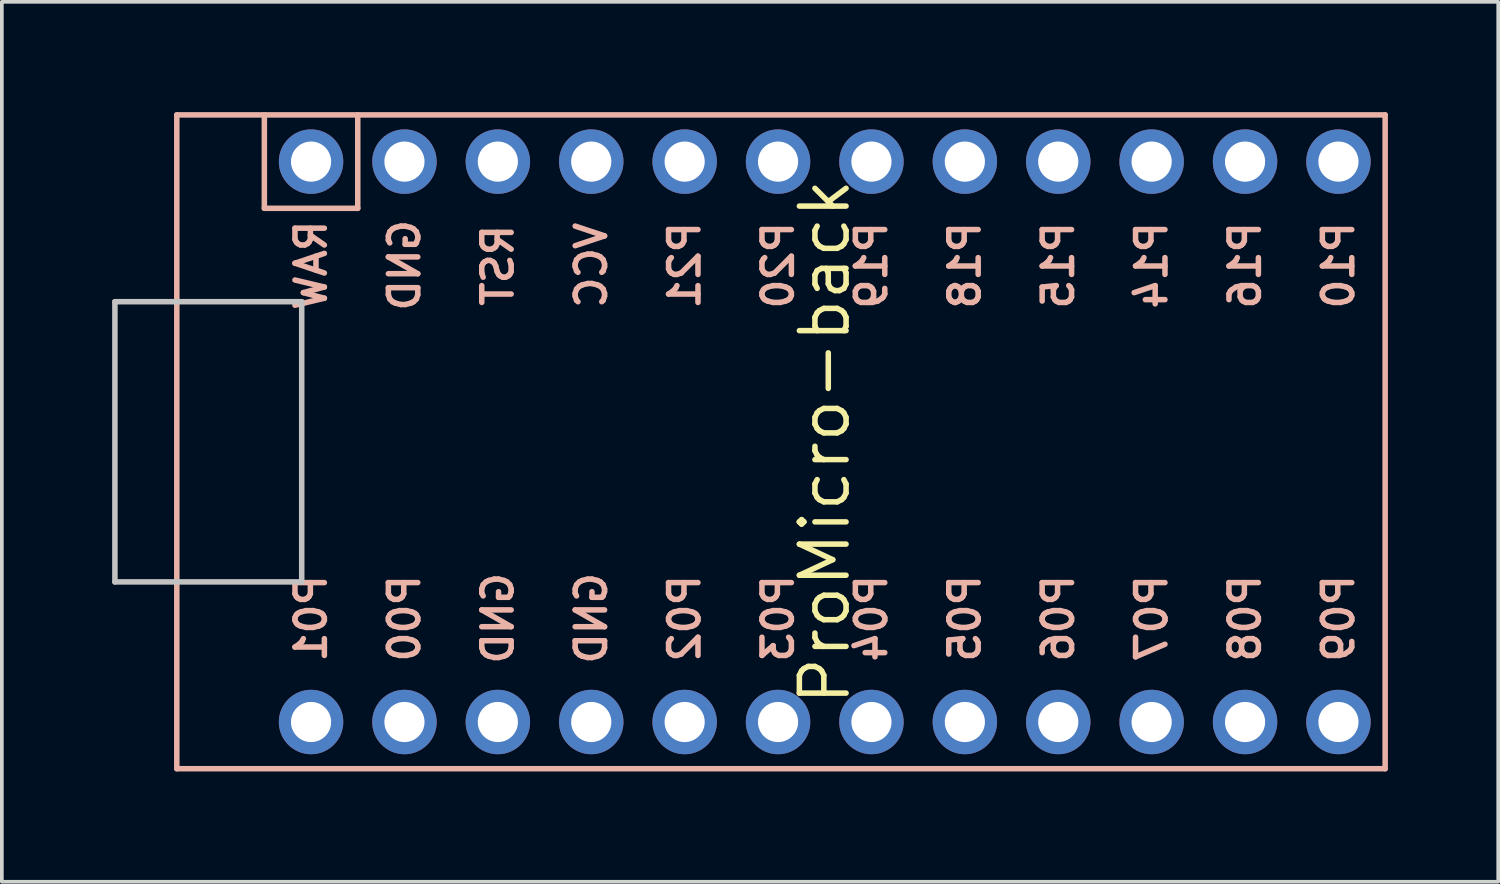
<source format=kicad_pcb>
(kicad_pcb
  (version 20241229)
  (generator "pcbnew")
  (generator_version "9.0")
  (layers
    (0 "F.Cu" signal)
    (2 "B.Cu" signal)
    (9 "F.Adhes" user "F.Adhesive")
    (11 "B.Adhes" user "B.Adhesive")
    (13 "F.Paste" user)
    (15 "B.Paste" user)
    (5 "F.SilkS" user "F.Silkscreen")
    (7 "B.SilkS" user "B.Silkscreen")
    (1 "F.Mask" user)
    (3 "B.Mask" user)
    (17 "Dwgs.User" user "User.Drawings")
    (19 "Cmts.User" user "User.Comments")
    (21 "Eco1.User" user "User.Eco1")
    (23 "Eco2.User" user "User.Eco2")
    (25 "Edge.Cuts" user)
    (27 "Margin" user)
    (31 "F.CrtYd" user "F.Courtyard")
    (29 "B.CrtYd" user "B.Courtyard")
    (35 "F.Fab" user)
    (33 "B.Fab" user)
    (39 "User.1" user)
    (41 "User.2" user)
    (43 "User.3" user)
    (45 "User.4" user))
  (footprint "ProMicro-back"
    (layer "F.Cu")
    (at 19.379 8.965)
    (property "Reference" "ProMicro-back" (at 0 0 90) (layer "F.SilkS") (effects (font (size 1.27 1.27) (thickness 0.15))))
    (attr through_hole)
    (fp_line (start -17.621 -8.89) (end -17.621 8.89) (stroke (width 0.15) (type solid)) (layer "B.SilkS"))
    (fp_line (start -17.621 8.89) (end 15.24 8.89) (stroke (width 0.15) (type solid)) (layer "B.SilkS"))
    (fp_line (start -15.24 -6.35) (end -15.24 -8.89) (stroke (width 0.15) (type solid)) (layer "B.SilkS"))
    (fp_line (start -15.24 -6.35) (end -12.7 -6.35) (stroke (width 0.15) (type solid)) (layer "B.SilkS"))
    (fp_line (start -12.7 -6.35) (end -12.7 -8.89) (stroke (width 0.15) (type solid)) (layer "B.SilkS"))
    (fp_line (start 15.24 -8.89) (end -17.621 -8.89) (stroke (width 0.15) (type solid)) (layer "B.SilkS"))
    (fp_line (start 15.24 8.89) (end 15.24 -8.89) (stroke (width 0.15) (type solid)) (layer "B.SilkS"))
    (fp_line (start -19.304 -3.81) (end -14.224 -3.81) (stroke (width 0.15) (type solid)) (layer "Dwgs.User"))
    (fp_line (start -19.304 3.81) (end -19.304 -3.81) (stroke (width 0.15) (type solid)) (layer "Dwgs.User"))
    (fp_line (start -14.224 -3.81) (end -14.224 3.81) (stroke (width 0.15) (type solid)) (layer "Dwgs.User"))
    (fp_line (start -14.224 3.81) (end -19.304 3.81) (stroke (width 0.15) (type solid)) (layer "Dwgs.User"))
    (fp_text user "P01" (at -13.97 4.8 270) (layer "B.SilkS") (effects (font (size 0.8 0.8) (thickness 0.15)) (justify mirror)))
    (fp_text user "P09" (at 13.97 4.8 270) (layer "B.SilkS") (effects (font (size 0.8 0.8) (thickness 0.15)) (justify mirror)))
    (fp_text user "P18" (at 3.81 -4.8 270) (layer "B.SilkS") (effects (font (size 0.8 0.8) (thickness 0.15)) (justify mirror)))
    (fp_text user "GND" (at -11.43 -4.8 270) (layer "B.SilkS") (effects (font (size 0.8 0.8) (thickness 0.15)) (justify mirror)))
    (fp_text user "RAW" (at -13.97 -4.8 270) (layer "B.SilkS") (effects (font (size 0.8 0.8) (thickness 0.15)) (justify mirror)))
    (fp_text user "P16" (at 11.43 -4.8 270) (layer "B.SilkS") (effects (font (size 0.8 0.8) (thickness 0.15)) (justify mirror)))
    (fp_text user "P07" (at 8.89 4.8 270) (layer "B.SilkS") (effects (font (size 0.8 0.8) (thickness 0.15)) (justify mirror)))
    (fp_text user "P15" (at 6.35 -4.8 270) (layer "B.SilkS") (effects (font (size 0.8 0.8) (thickness 0.15)) (justify mirror)))
    (fp_text user "RST" (at -8.89 -4.8 270) (layer "B.SilkS") (effects (font (size 0.8 0.8) (thickness 0.15)) (justify mirror)))
    (fp_text user "P06" (at 6.35 4.8 270) (layer "B.SilkS") (effects (font (size 0.8 0.8) (thickness 0.15)) (justify mirror)))
    (fp_text user "P03" (at -1.27 4.8 270) (layer "B.SilkS") (effects (font (size 0.8 0.8) (thickness 0.15)) (justify mirror)))
    (fp_text user "P04" (at 1.27 4.8 270) (layer "B.SilkS") (effects (font (size 0.8 0.8) (thickness 0.15)) (justify mirror)))
    (fp_text user "P10" (at 13.97 -4.8 270) (layer "B.SilkS") (effects (font (size 0.8 0.8) (thickness 0.15)) (justify mirror)))
    (fp_text user "P00" (at -11.43 4.8 270) (layer "B.SilkS") (effects (font (size 0.8 0.8) (thickness 0.15)) (justify mirror)))
    (fp_text user "P19" (at 1.27 -4.8 270) (layer "B.SilkS") (effects (font (size 0.8 0.8) (thickness 0.15)) (justify mirror)))
    (fp_text user "VCC" (at -6.35 -4.8 270) (layer "B.SilkS") (effects (font (size 0.8 0.8) (thickness 0.15)) (justify mirror)))
    (fp_text user "P21" (at -3.81 -4.8 270) (layer "B.SilkS") (effects (font (size 0.8 0.8) (thickness 0.15)) (justify mirror)))
    (fp_text user "GND" (at -8.89 4.8 270) (layer "B.SilkS") (effects (font (size 0.8 0.8) (thickness 0.15)) (justify mirror)))
    (fp_text user "P05" (at 3.81 4.8 270) (layer "B.SilkS") (effects (font (size 0.8 0.8) (thickness 0.15)) (justify mirror)))
    (fp_text user "P02" (at -3.81 4.8 270) (layer "B.SilkS") (effects (font (size 0.8 0.8) (thickness 0.15)) (justify mirror)))
    (fp_text user "GND" (at -6.35 4.8 270) (layer "B.SilkS") (effects (font (size 0.8 0.8) (thickness 0.15)) (justify mirror)))
    (fp_text user "P14" (at 8.89 -4.8 270) (layer "B.SilkS") (effects (font (size 0.8 0.8) (thickness 0.15)) (justify mirror)))
    (fp_text user "P20" (at -1.27 -4.8 270) (layer "B.SilkS") (effects (font (size 0.8 0.8) (thickness 0.15)) (justify mirror)))
    (fp_text user "P08" (at 11.43 4.8 270) (layer "B.SilkS") (effects (font (size 0.8 0.8) (thickness 0.15)) (justify mirror)))
    (pad "1" thru_hole circle (at -13.97 -7.62 90) (size 1.753 1.753) (drill 1.092) (layers "*.Cu" "*.Mask"))
    (pad "2" thru_hole circle (at -11.43 -7.62 90) (size 1.753 1.753) (drill 1.092) (layers "*.Cu" "*.Mask"))
    (pad "3" thru_hole circle (at -8.89 -7.62 90) (size 1.753 1.753) (drill 1.092) (layers "*.Cu" "*.Mask"))
    (pad "4" thru_hole circle (at -6.35 -7.62 90) (size 1.753 1.753) (drill 1.092) (layers "*.Cu" "*.Mask"))
    (pad "5" thru_hole circle (at -3.81 -7.62 90) (size 1.753 1.753) (drill 1.092) (layers "*.Cu" "*.Mask"))
    (pad "6" thru_hole circle (at -1.27 -7.62 90) (size 1.753 1.753) (drill 1.092) (layers "*.Cu" "*.Mask"))
    (pad "7" thru_hole circle (at 1.27 -7.62 90) (size 1.753 1.753) (drill 1.092) (layers "*.Cu" "*.Mask"))
    (pad "8" thru_hole circle (at 3.81 -7.62 90) (size 1.753 1.753) (drill 1.092) (layers "*.Cu" "*.Mask"))
    (pad "9" thru_hole circle (at 6.35 -7.62 90) (size 1.753 1.753) (drill 1.092) (layers "*.Cu" "*.Mask"))
    (pad "10" thru_hole circle (at 8.89 -7.62 90) (size 1.753 1.753) (drill 1.092) (layers "*.Cu" "*.Mask"))
    (pad "11" thru_hole circle (at 11.43 -7.62 90) (size 1.753 1.753) (drill 1.092) (layers "*.Cu" "*.Mask"))
    (pad "12" thru_hole circle (at 13.97 -7.62 90) (size 1.753 1.753) (drill 1.092) (layers "*.Cu" "*.Mask"))
    (pad "13" thru_hole circle (at -13.97 7.62 90) (size 1.753 1.753) (drill 1.092) (layers "*.Cu" "*.Mask"))
    (pad "14" thru_hole circle (at -11.43 7.62 90) (size 1.753 1.753) (drill 1.092) (layers "*.Cu" "*.Mask"))
    (pad "15" thru_hole circle (at -8.89 7.62 90) (size 1.753 1.753) (drill 1.092) (layers "*.Cu" "*.Mask"))
    (pad "16" thru_hole circle (at -6.35 7.62 90) (size 1.753 1.753) (drill 1.092) (layers "*.Cu" "*.Mask"))
    (pad "17" thru_hole circle (at -3.81 7.62 90) (size 1.753 1.753) (drill 1.092) (layers "*.Cu" "*.Mask"))
    (pad "18" thru_hole circle (at -1.27 7.62 90) (size 1.753 1.753) (drill 1.092) (layers "*.Cu" "*.Mask"))
    (pad "19" thru_hole circle (at 1.27 7.62 90) (size 1.753 1.753) (drill 1.092) (layers "*.Cu" "*.Mask"))
    (pad "20" thru_hole circle (at 3.81 7.62 90) (size 1.753 1.753) (drill 1.092) (layers "*.Cu" "*.Mask"))
    (pad "21" thru_hole circle (at 6.35 7.62 90) (size 1.753 1.753) (drill 1.092) (layers "*.Cu" "*.Mask"))
    (pad "22" thru_hole circle (at 8.89 7.62 90) (size 1.753 1.753) (drill 1.092) (layers "*.Cu" "*.Mask"))
    (pad "23" thru_hole circle (at 11.43 7.62 90) (size 1.753 1.753) (drill 1.092) (layers "*.Cu" "*.Mask"))
    (pad "24" thru_hole circle (at 13.97 7.62 90) (size 1.753 1.753) (drill 1.092) (layers "*.Cu" "*.Mask")))
  (gr_rect
    (start -3 -3)
    (end 37.694 20.93)
    (stroke (width 0.1) (type default))
    (fill no)
    (layer "Edge.Cuts")))
</source>
